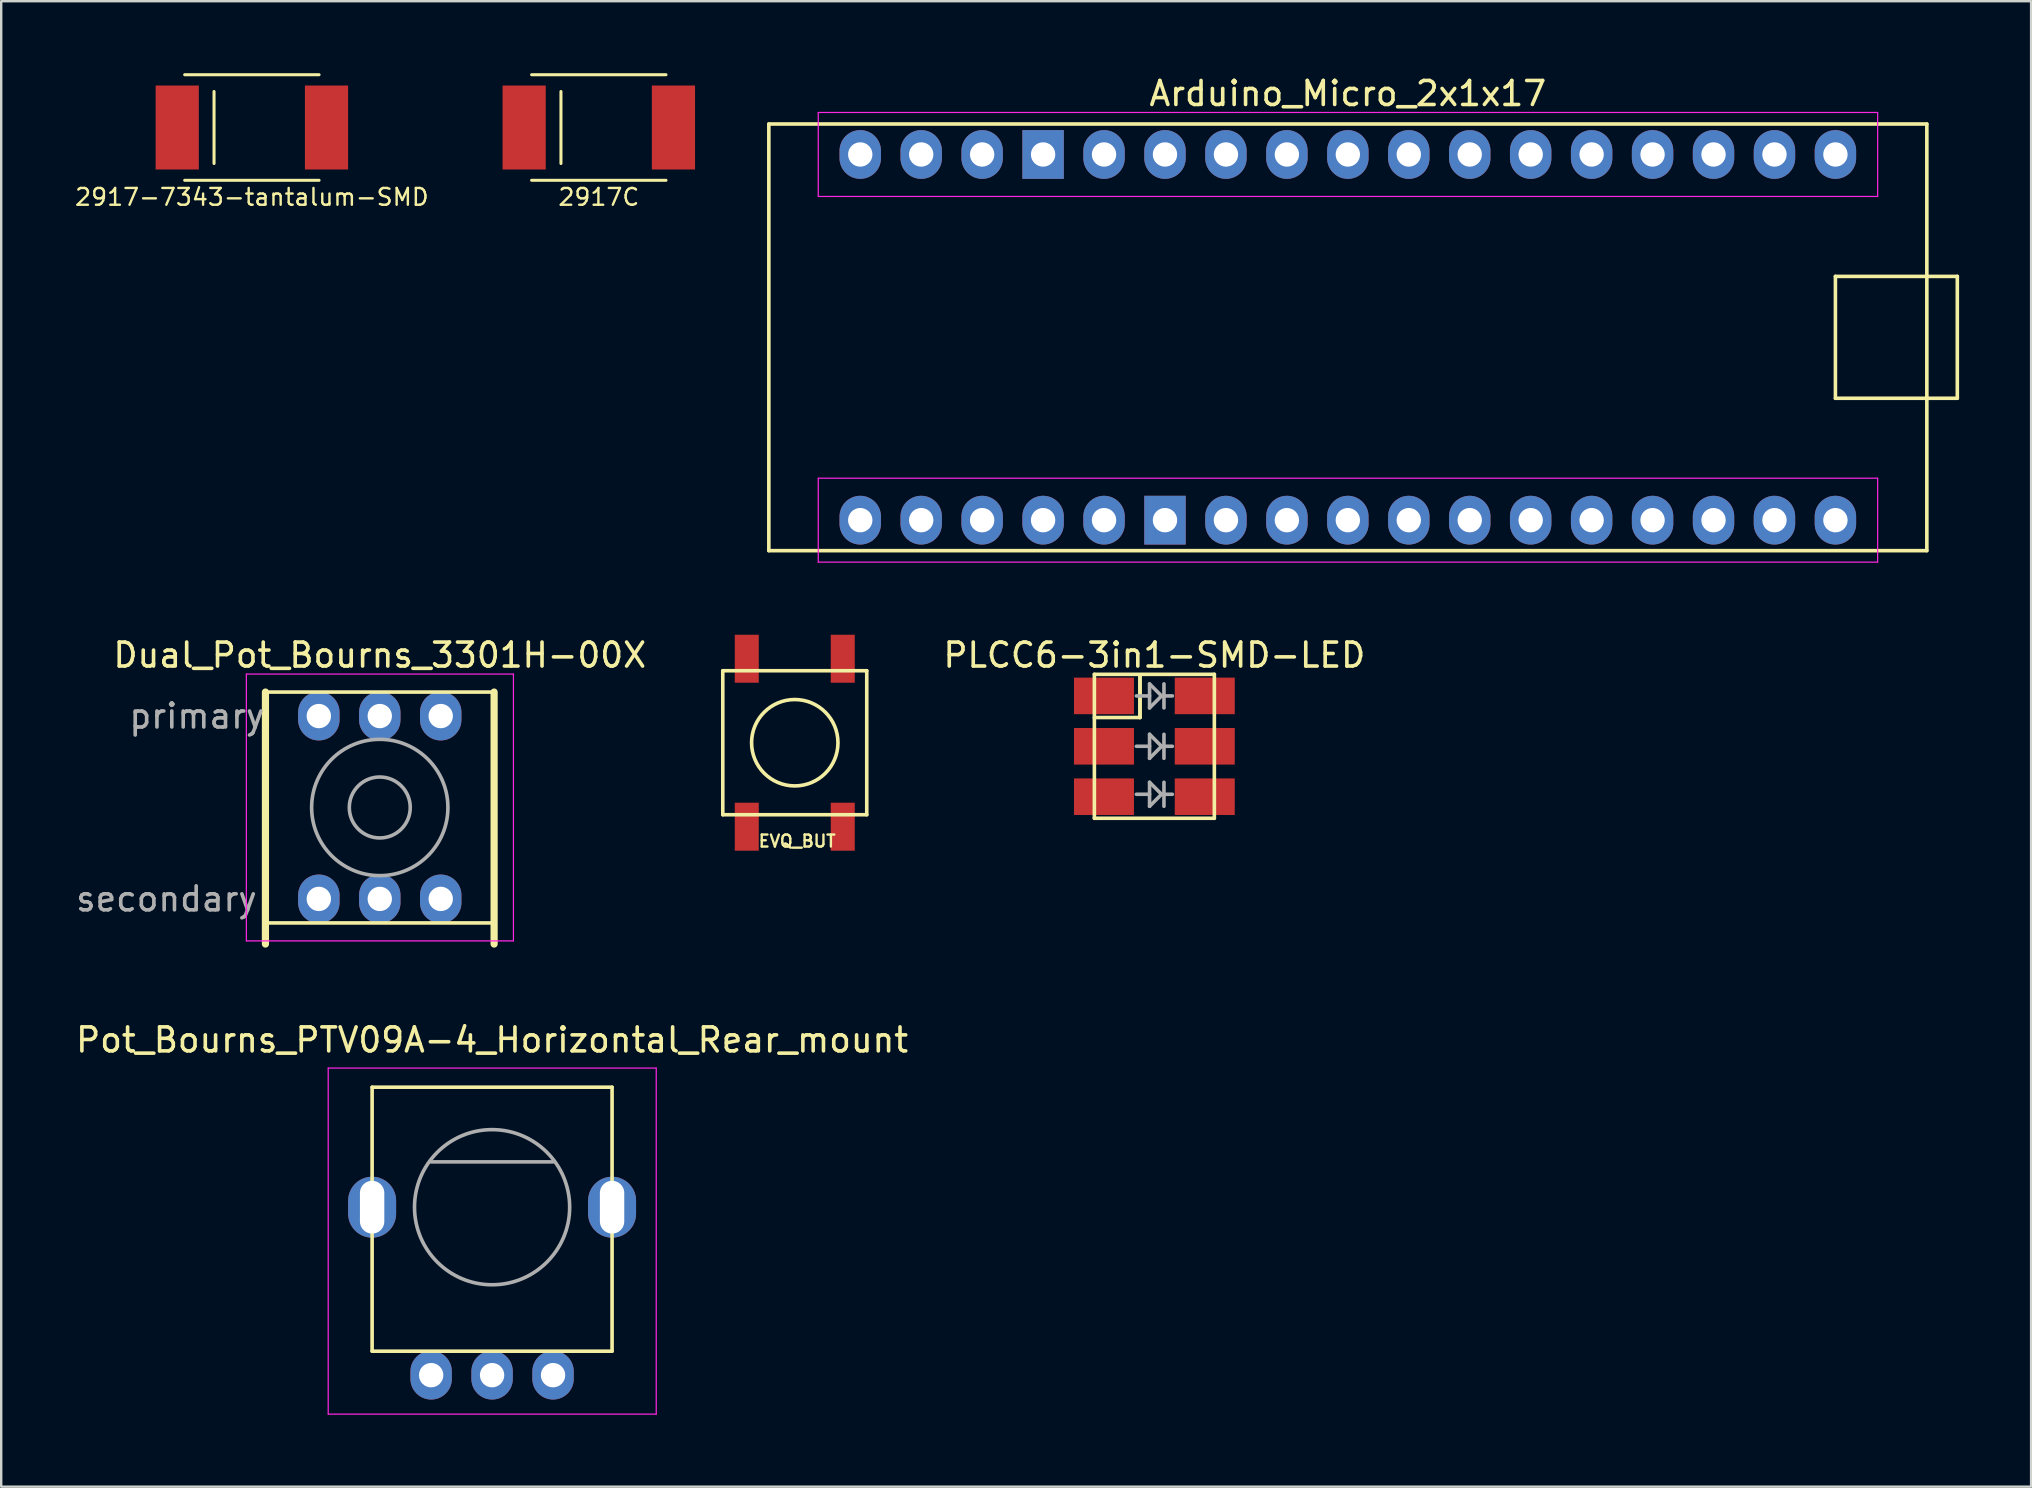
<source format=kicad_pcb>
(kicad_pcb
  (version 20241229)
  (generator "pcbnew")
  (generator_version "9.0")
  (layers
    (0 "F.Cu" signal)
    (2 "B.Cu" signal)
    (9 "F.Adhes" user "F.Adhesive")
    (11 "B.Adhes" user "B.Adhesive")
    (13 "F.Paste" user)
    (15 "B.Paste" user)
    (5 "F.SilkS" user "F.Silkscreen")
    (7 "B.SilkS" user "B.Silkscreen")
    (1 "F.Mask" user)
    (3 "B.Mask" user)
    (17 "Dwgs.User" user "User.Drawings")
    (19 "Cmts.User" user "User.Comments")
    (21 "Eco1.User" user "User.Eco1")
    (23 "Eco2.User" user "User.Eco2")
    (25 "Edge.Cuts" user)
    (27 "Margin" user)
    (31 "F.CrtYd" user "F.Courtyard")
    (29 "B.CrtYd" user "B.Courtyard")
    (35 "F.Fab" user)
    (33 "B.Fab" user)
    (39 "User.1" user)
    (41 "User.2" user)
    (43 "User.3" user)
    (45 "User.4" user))
  (footprint "EVQ_BUT"
    (layer "F.Cu")
    (at 30.072 27.903)
    (property "Reference" "EVQ_BUT" (at 0.1 4.1 0) (layer "F.SilkS") (effects (font (size 0.5 0.5) (thickness 0.099))))
    (attr smd)
    (fp_line (start -3 -3) (end -3 3) (stroke (width 0.15) (type solid)) (layer "F.SilkS"))
    (fp_line (start -3 3) (end 3 3) (stroke (width 0.15) (type solid)) (layer "F.SilkS"))
    (fp_line (start 3 -3) (end -3 -3) (stroke (width 0.15) (type solid)) (layer "F.SilkS"))
    (fp_line (start 3 3) (end 3 -3) (stroke (width 0.15) (type solid)) (layer "F.SilkS"))
    (fp_circle (center 0 0) (end 1.8 0) (stroke (width 0.15) (type solid)) (fill no) (layer "F.SilkS"))
    (pad "1" smd rect (at -2 -3.5) (size 1 2) (layers "F.Cu" "F.Mask" "F.Paste"))
    (pad "1" smd rect (at -2 3.5) (size 1 2) (layers "F.Cu" "F.Mask" "F.Paste"))
    (pad "2" smd rect (at 2 -3.5) (size 1 2) (layers "F.Cu" "F.Mask" "F.Paste"))
    (pad "2" smd rect (at 2 3.5) (size 1 2) (layers "F.Cu" "F.Mask" "F.Paste")))
  (footprint "2917C"
    (layer "F.Cu")
    (at 21.905 2.264)
    (property "Reference" "2917C" (at 0 2.9 0) (layer "F.SilkS") (effects (font (size 0.7 0.7) (thickness 0.1))))
    (attr smd)
    (fp_line (start -2.8 2.2) (end 2.8 2.2) (stroke (width 0.127) (type solid)) (layer "F.SilkS"))
    (fp_line (start -1.577 -1.5) (end -1.577 1.5) (stroke (width 0.127) (type solid)) (layer "F.SilkS"))
    (fp_line (start 2.8 -2.2) (end -2.8 -2.2) (stroke (width 0.127) (type solid)) (layer "F.SilkS"))
    (pad "1" smd rect (at -3.111 0) (size 1.8 3.5) (layers "F.Cu" "F.Mask" "F.Paste"))
    (pad "2" smd rect (at 3.111 0) (size 1.8 3.5) (layers "F.Cu" "F.Mask" "F.Paste")))
  (footprint "2917-7343-tantalum-SMD"
    (layer "F.Cu")
    (at 7.447 2.264)
    (property "Reference" "2917-7343-tantalum-SMD" (at 0 2.9 0) (layer "F.SilkS") (effects (font (size 0.7 0.7) (thickness 0.1))))
    (attr smd)
    (fp_line (start -2.8 2.2) (end 2.8 2.2) (stroke (width 0.127) (type solid)) (layer "F.SilkS"))
    (fp_line (start -1.577 -1.5) (end -1.577 1.5) (stroke (width 0.127) (type solid)) (layer "F.SilkS"))
    (fp_line (start 2.8 -2.2) (end -2.8 -2.2) (stroke (width 0.127) (type solid)) (layer "F.SilkS"))
    (pad "1" smd rect (at -3.111 0) (size 1.8 3.5) (layers "F.Cu" "F.Mask" "F.Paste"))
    (pad "2" smd rect (at 3.111 0) (size 1.8 3.5) (layers "F.Cu" "F.Mask" "F.Paste")))
  (footprint "Dual_Pot_Bourns_3301H-00X"
    (layer "F.Cu")
    (at 12.777 30.602)
    (property "Reference" "Dual_Pot_Bourns_3301H-00X" (at 0 -6.35 0) (layer "F.SilkS") (effects (font (size 1 1) (thickness 0.15))))
    (attr through_hole)
    (fp_line (start -4.764 -4.81) (end -4.765 5.69) (stroke (width 0.3) (type solid)) (layer "F.SilkS"))
    (fp_line (start -4.764 -4.81) (end 4.765 -4.81) (stroke (width 0.15) (type solid)) (layer "F.SilkS"))
    (fp_line (start -4.764 4.81) (end 4.765 4.81) (stroke (width 0.15) (type solid)) (layer "F.SilkS"))
    (fp_line (start 4.765 -4.81) (end 4.765 5.69) (stroke (width 0.3) (type solid)) (layer "F.SilkS"))
    (fp_line (start -5.56 -5.56) (end -5.56 5.56) (stroke (width 0.05) (type solid)) (layer "F.CrtYd"))
    (fp_line (start -5.56 -5.56) (end 5.57 -5.56) (stroke (width 0.05) (type solid)) (layer "F.CrtYd"))
    (fp_line (start -5.56 5.56) (end 5.57 5.56) (stroke (width 0.05) (type solid)) (layer "F.CrtYd"))
    (fp_line (start 5.57 -5.56) (end 5.57 5.56) (stroke (width 0.05) (type solid)) (layer "F.CrtYd"))
    (fp_circle (center 0 0) (end -2.54 -1.27) (stroke (width 0.15) (type solid)) (fill no) (layer "F.Fab"))
    (fp_circle (center 0 0) (end -1.27 0) (stroke (width 0.15) (type solid)) (fill no) (layer "F.Fab"))
    (fp_text user "primary" (at -7.62 -3.81 0) (layer "F.Fab") (effects (font (size 1 1) (thickness 0.15))))
    (fp_text user "secondary" (at -8.89 3.81 0) (layer "F.Fab") (effects (font (size 1 1) (thickness 0.15))))
    (pad "1" thru_hole oval (at -2.54 -3.81) (size 1.727 2.032) (drill 1.016) (layers "*.Cu" "*.Mask"))
    (pad "2" thru_hole oval (at 0 -3.81) (size 1.727 2.032) (drill 1.016) (layers "*.Cu" "*.Mask"))
    (pad "3" thru_hole oval (at 2.54 -3.81) (size 1.727 2.032) (drill 1.016) (layers "*.Cu" "*.Mask"))
    (pad "4" thru_hole oval (at -2.54 3.81) (size 1.727 2.032) (drill 1.016) (layers "*.Cu" "*.Mask"))
    (pad "5" thru_hole oval (at 0 3.81) (size 1.727 2.032) (drill 1.016) (layers "*.Cu" "*.Mask"))
    (pad "6" thru_hole oval (at 2.54 3.81) (size 1.727 2.032) (drill 1.016) (layers "*.Cu" "*.Mask")))
  (footprint "Pot_Bourns_PTV09A-4_Horizontal_Rear_mount"
    (layer "F.Cu")
    (at 17.458 47.26)
    (property "Reference" "Pot_Bourns_PTV09A-4_Horizontal_Rear_mount" (at 0 -6.97 0) (layer "F.SilkS") (effects (font (size 1 1) (thickness 0.15))))
    (attr through_hole)
    (fp_line (start -5 -5) (end -5 6) (stroke (width 0.15) (type solid)) (layer "F.SilkS"))
    (fp_line (start -5 -5) (end 5 -5) (stroke (width 0.15) (type solid)) (layer "F.SilkS"))
    (fp_line (start -5 6) (end 5 6) (stroke (width 0.15) (type solid)) (layer "F.SilkS"))
    (fp_line (start 5 -5) (end 5 6) (stroke (width 0.15) (type solid)) (layer "F.SilkS"))
    (fp_line (start -6.83 -5.799) (end -6.83 8.623) (stroke (width 0.05) (type solid)) (layer "F.CrtYd"))
    (fp_line (start -6.83 -5.799) (end 6.84 -5.799) (stroke (width 0.05) (type solid)) (layer "F.CrtYd"))
    (fp_line (start -6.83 8.623) (end 6.84 8.623) (stroke (width 0.05) (type solid)) (layer "F.CrtYd"))
    (fp_line (start 6.84 -5.799) (end 6.84 8.623) (stroke (width 0.05) (type solid)) (layer "F.CrtYd"))
    (fp_line (start 2.54 -1.89) (end -2.54 -1.89) (stroke (width 0.15) (type solid)) (layer "F.Fab"))
    (fp_circle (center 0 0) (end -2.54 2) (stroke (width 0.15) (type solid)) (fill no) (layer "F.Fab"))
    (pad "" np_thru_hole oval (at -5 0) (size 2 2.54) (drill oval 1.016 2.2) (layers "*.Cu" "*.Mask"))
    (pad "" np_thru_hole oval (at 5 0) (size 2 2.54) (drill oval 1.016 2.2) (layers "*.Cu" "*.Mask"))
    (pad "1" thru_hole oval (at -2.54 7) (size 1.727 2.032) (drill 1.016) (layers "*.Cu" "*.Mask"))
    (pad "2" thru_hole oval (at 0 7) (size 1.727 2.032) (drill 1.016) (layers "*.Cu" "*.Mask"))
    (pad "3" thru_hole oval (at 2.54 7) (size 1.727 2.032) (drill 1.016) (layers "*.Cu" "*.Mask")))
  (footprint "Arduino_Micro_2x1x17"
    (layer "F.Cu")
    (at 32.801 3.388)
    (property "Reference" "Arduino_Micro_2x1x17" (at 20.32 -2.54 0) (layer "F.SilkS") (effects (font (size 1 1) (thickness 0.15))))
    (attr through_hole)
    (fp_line (start -3.81 16.51) (end -3.81 -1.27) (stroke (width 0.15) (type solid)) (layer "F.SilkS"))
    (fp_line (start -3.81 16.51) (end 44.45 16.51) (stroke (width 0.15) (type solid)) (layer "F.SilkS"))
    (fp_line (start 40.64 5.08) (end 40.64 10.16) (stroke (width 0.15) (type solid)) (layer "F.SilkS"))
    (fp_line (start 40.64 10.16) (end 45.72 10.16) (stroke (width 0.15) (type solid)) (layer "F.SilkS"))
    (fp_line (start 44.45 -1.27) (end -3.81 -1.27) (stroke (width 0.15) (type solid)) (layer "F.SilkS"))
    (fp_line (start 44.45 16.51) (end 44.45 -1.27) (stroke (width 0.15) (type solid)) (layer "F.SilkS"))
    (fp_line (start 45.72 5.08) (end 40.64 5.08) (stroke (width 0.15) (type solid)) (layer "F.SilkS"))
    (fp_line (start 45.72 10.16) (end 45.72 5.08) (stroke (width 0.15) (type solid)) (layer "F.SilkS"))
    (fp_line (start -1.75 -1.75) (end -1.75 1.75) (stroke (width 0.05) (type solid)) (layer "F.CrtYd"))
    (fp_line (start -1.75 -1.75) (end 42.4 -1.75) (stroke (width 0.05) (type solid)) (layer "F.CrtYd"))
    (fp_line (start -1.75 1.75) (end 42.4 1.75) (stroke (width 0.05) (type solid)) (layer "F.CrtYd"))
    (fp_line (start -1.75 13.49) (end -1.75 16.99) (stroke (width 0.05) (type solid)) (layer "F.CrtYd"))
    (fp_line (start -1.75 13.49) (end 42.4 13.49) (stroke (width 0.05) (type solid)) (layer "F.CrtYd"))
    (fp_line (start -1.75 16.99) (end 42.4 16.99) (stroke (width 0.05) (type solid)) (layer "F.CrtYd"))
    (fp_line (start 42.4 -1.75) (end 42.4 1.75) (stroke (width 0.05) (type solid)) (layer "F.CrtYd"))
    (fp_line (start 42.4 13.49) (end 42.4 16.99) (stroke (width 0.05) (type solid)) (layer "F.CrtYd"))
    (pad "1" thru_hole oval (at 0 15.24) (size 1.727 2.032) (drill 1.016) (layers "*.Cu" "*.Mask"))
    (pad "2" thru_hole oval (at 2.54 15.24) (size 1.727 2.032) (drill 1.016) (layers "*.Cu" "*.Mask"))
    (pad "3" thru_hole oval (at 5.08 15.24) (size 1.727 2.032) (drill 1.016) (layers "*.Cu" "*.Mask"))
    (pad "4" thru_hole oval (at 7.62 15.24) (size 1.727 2.032) (drill 1.016) (layers "*.Cu" "*.Mask"))
    (pad "5" thru_hole oval (at 10.16 15.24) (size 1.727 2.032) (drill 1.016) (layers "*.Cu" "*.Mask"))
    (pad "6" thru_hole rect (at 12.7 15.24) (size 1.727 2.032) (drill 1.016) (layers "*.Cu" "*.Mask"))
    (pad "7" thru_hole oval (at 15.24 15.24) (size 1.727 2.032) (drill 1.016) (layers "*.Cu" "*.Mask"))
    (pad "8" thru_hole oval (at 17.78 15.24) (size 1.727 2.032) (drill 1.016) (layers "*.Cu" "*.Mask"))
    (pad "9" thru_hole oval (at 20.32 15.24) (size 1.727 2.032) (drill 1.016) (layers "*.Cu" "*.Mask"))
    (pad "10" thru_hole oval (at 22.86 15.24) (size 1.727 2.032) (drill 1.016) (layers "*.Cu" "*.Mask"))
    (pad "11" thru_hole oval (at 25.4 15.24) (size 1.727 2.032) (drill 1.016) (layers "*.Cu" "*.Mask"))
    (pad "12" thru_hole oval (at 27.94 15.24) (size 1.727 2.032) (drill 1.016) (layers "*.Cu" "*.Mask"))
    (pad "13" thru_hole oval (at 30.48 15.24) (size 1.727 2.032) (drill 1.016) (layers "*.Cu" "*.Mask"))
    (pad "14" thru_hole oval (at 33.02 15.24) (size 1.727 2.032) (drill 1.016) (layers "*.Cu" "*.Mask"))
    (pad "15" thru_hole oval (at 35.56 15.24) (size 1.727 2.032) (drill 1.016) (layers "*.Cu" "*.Mask"))
    (pad "16" thru_hole oval (at 38.1 15.24) (size 1.727 2.032) (drill 1.016) (layers "*.Cu" "*.Mask"))
    (pad "17" thru_hole oval (at 40.64 15.24) (size 1.727 2.032) (drill 1.016) (layers "*.Cu" "*.Mask"))
    (pad "18" thru_hole oval (at 40.64 0) (size 1.727 2.032) (drill 1.016) (layers "*.Cu" "*.Mask"))
    (pad "19" thru_hole oval (at 38.1 0) (size 1.727 2.032) (drill 1.016) (layers "*.Cu" "*.Mask"))
    (pad "20" thru_hole oval (at 35.56 0) (size 1.727 2.032) (drill 1.016) (layers "*.Cu" "*.Mask"))
    (pad "21" thru_hole oval (at 33.02 0) (size 1.727 2.032) (drill 1.016) (layers "*.Cu" "*.Mask"))
    (pad "22" thru_hole oval (at 30.48 0) (size 1.727 2.032) (drill 1.016) (layers "*.Cu" "*.Mask"))
    (pad "23" thru_hole oval (at 27.94 0) (size 1.727 2.032) (drill 1.016) (layers "*.Cu" "*.Mask"))
    (pad "24" thru_hole oval (at 25.4 0) (size 1.727 2.032) (drill 1.016) (layers "*.Cu" "*.Mask"))
    (pad "25" thru_hole oval (at 22.86 0) (size 1.727 2.032) (drill 1.016) (layers "*.Cu" "*.Mask"))
    (pad "26" thru_hole oval (at 20.32 0) (size 1.727 2.032) (drill 1.016) (layers "*.Cu" "*.Mask"))
    (pad "27" thru_hole oval (at 17.78 0) (size 1.727 2.032) (drill 1.016) (layers "*.Cu" "*.Mask"))
    (pad "28" thru_hole oval (at 15.24 0) (size 1.727 2.032) (drill 1.016) (layers "*.Cu" "*.Mask"))
    (pad "29" thru_hole oval (at 12.7 0) (size 1.727 2.032) (drill 1.016) (layers "*.Cu" "*.Mask"))
    (pad "30" thru_hole oval (at 10.16 0) (size 1.727 2.032) (drill 1.016) (layers "*.Cu" "*.Mask"))
    (pad "31" thru_hole rect (at 7.62 0) (size 1.727 2.032) (drill 1.016) (layers "*.Cu" "*.Mask"))
    (pad "32" thru_hole oval (at 5.08 0) (size 1.727 2.032) (drill 1.016) (layers "*.Cu" "*.Mask"))
    (pad "33" thru_hole oval (at 2.54 0) (size 1.727 2.032) (drill 1.016) (layers "*.Cu" "*.Mask"))
    (pad "34" thru_hole oval (at 0 0) (size 1.727 2.032) (drill 1.016) (layers "*.Cu" "*.Mask")))
  (footprint "PLCC6-3in1-SMD-LED"
    (layer "F.Cu")
    (at 45.058 28.052)
    (property "Reference" "PLCC6-3in1-SMD-LED" (at 0 -3.8 0) (layer "F.SilkS") (effects (font (size 1 1) (thickness 0.15))))
    (attr through_hole)
    (fp_line (start -2.5 -3) (end 2.5 -3) (stroke (width 0.15) (type solid)) (layer "F.SilkS"))
    (fp_line (start -2.5 -1.2) (end -0.6 -1.2) (stroke (width 0.15) (type solid)) (layer "F.SilkS"))
    (fp_line (start -2.5 3) (end -2.5 -3) (stroke (width 0.15) (type solid)) (layer "F.SilkS"))
    (fp_line (start -0.6 -1.2) (end -0.6 -2.9) (stroke (width 0.15) (type solid)) (layer "F.SilkS"))
    (fp_line (start -0.6 -1.2) (end -0.6 -2.9) (stroke (width 0.15) (type solid)) (layer "F.SilkS"))
    (fp_line (start 2.5 -3) (end 2.5 3) (stroke (width 0.15) (type solid)) (layer "F.SilkS"))
    (fp_line (start 2.5 3) (end -2.5 3) (stroke (width 0.15) (type solid)) (layer "F.SilkS"))
    (fp_line (start -0.2 -2.6) (end -0.2 -1.6) (stroke (width 0.15) (type solid)) (layer "F.Fab"))
    (fp_line (start -0.2 -2.1) (end -0.75 -2.1) (stroke (width 0.15) (type solid)) (layer "F.Fab"))
    (fp_line (start -0.2 -1.6) (end 0.3 -2.1) (stroke (width 0.15) (type solid)) (layer "F.Fab"))
    (fp_line (start -0.2 -0.5) (end -0.2 0.5) (stroke (width 0.15) (type solid)) (layer "F.Fab"))
    (fp_line (start -0.2 0) (end -0.75 0) (stroke (width 0.15) (type solid)) (layer "F.Fab"))
    (fp_line (start -0.2 0.5) (end 0.3 0) (stroke (width 0.15) (type solid)) (layer "F.Fab"))
    (fp_line (start -0.2 1.5) (end -0.2 2.5) (stroke (width 0.15) (type solid)) (layer "F.Fab"))
    (fp_line (start -0.2 2) (end -0.75 2) (stroke (width 0.15) (type solid)) (layer "F.Fab"))
    (fp_line (start -0.2 2.5) (end 0.3 2) (stroke (width 0.15) (type solid)) (layer "F.Fab"))
    (fp_line (start 0.3 -2.1) (end -0.2 -2.6) (stroke (width 0.15) (type solid)) (layer "F.Fab"))
    (fp_line (start 0.3 0) (end -0.2 -0.5) (stroke (width 0.15) (type solid)) (layer "F.Fab"))
    (fp_line (start 0.3 2) (end -0.2 1.5) (stroke (width 0.15) (type solid)) (layer "F.Fab"))
    (fp_line (start 0.4 -2.1) (end 0.75 -2.1) (stroke (width 0.15) (type solid)) (layer "F.Fab"))
    (fp_line (start 0.4 -1.6) (end 0.4 -2.6) (stroke (width 0.15) (type solid)) (layer "F.Fab"))
    (fp_line (start 0.4 0) (end 0.75 0) (stroke (width 0.15) (type solid)) (layer "F.Fab"))
    (fp_line (start 0.4 0.5) (end 0.4 -0.5) (stroke (width 0.15) (type solid)) (layer "F.Fab"))
    (fp_line (start 0.4 2) (end 0.75 2) (stroke (width 0.15) (type solid)) (layer "F.Fab"))
    (fp_line (start 0.4 2.5) (end 0.4 1.5) (stroke (width 0.15) (type solid)) (layer "F.Fab"))
    (pad "1" smd rect (at -2.1 -2.1) (size 2.5 1.524) (layers "F.Cu" "F.Mask" "F.Paste"))
    (pad "2" smd rect (at -2.1 0) (size 2.5 1.524) (layers "F.Cu" "F.Mask" "F.Paste"))
    (pad "3" smd rect (at -2.1 2.1) (size 2.5 1.524) (layers "F.Cu" "F.Mask" "F.Paste"))
    (pad "4" smd rect (at 2.1 2.1) (size 2.5 1.524) (layers "F.Cu" "F.Mask" "F.Paste"))
    (pad "5" smd rect (at 2.1 0) (size 2.5 1.524) (layers "F.Cu" "F.Mask" "F.Paste"))
    (pad "6" smd rect (at 2.1 -2.1) (size 2.5 1.524) (layers "F.Cu" "F.Mask" "F.Paste")))
  (gr_rect
    (start -3 -3)
    (end 81.596 58.908)
    (stroke (width 0.1) (type default))
    (fill no)
    (layer "Edge.Cuts")))
</source>
